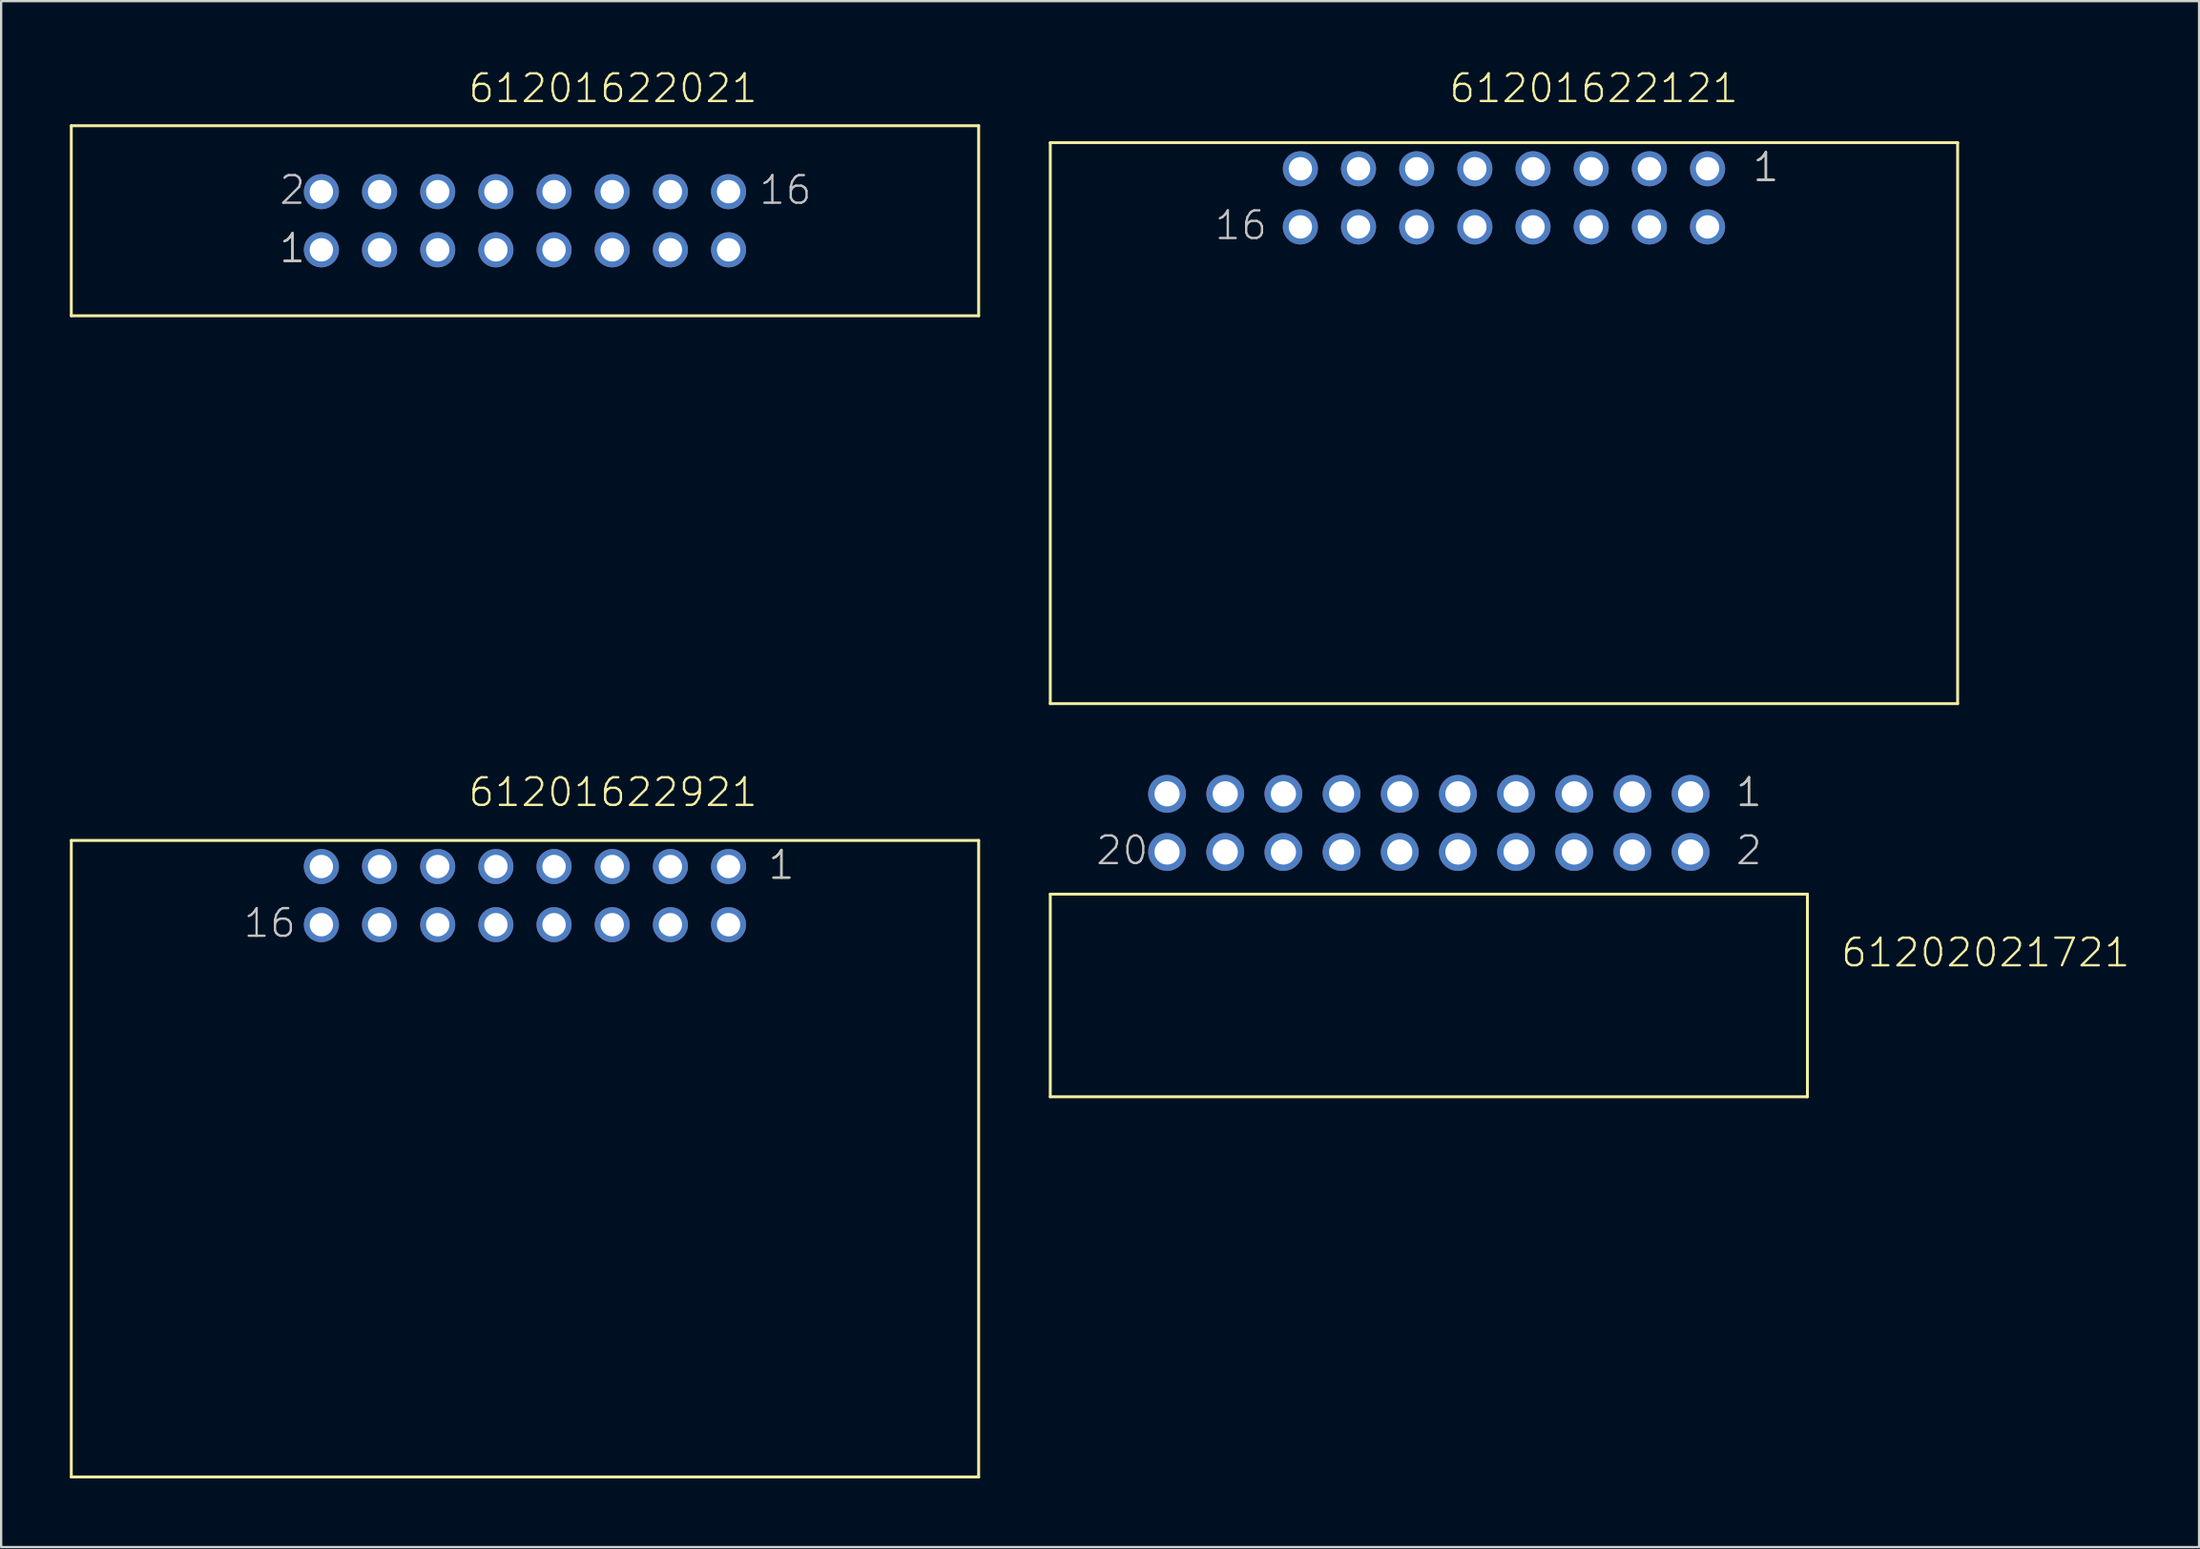
<source format=kicad_pcb>
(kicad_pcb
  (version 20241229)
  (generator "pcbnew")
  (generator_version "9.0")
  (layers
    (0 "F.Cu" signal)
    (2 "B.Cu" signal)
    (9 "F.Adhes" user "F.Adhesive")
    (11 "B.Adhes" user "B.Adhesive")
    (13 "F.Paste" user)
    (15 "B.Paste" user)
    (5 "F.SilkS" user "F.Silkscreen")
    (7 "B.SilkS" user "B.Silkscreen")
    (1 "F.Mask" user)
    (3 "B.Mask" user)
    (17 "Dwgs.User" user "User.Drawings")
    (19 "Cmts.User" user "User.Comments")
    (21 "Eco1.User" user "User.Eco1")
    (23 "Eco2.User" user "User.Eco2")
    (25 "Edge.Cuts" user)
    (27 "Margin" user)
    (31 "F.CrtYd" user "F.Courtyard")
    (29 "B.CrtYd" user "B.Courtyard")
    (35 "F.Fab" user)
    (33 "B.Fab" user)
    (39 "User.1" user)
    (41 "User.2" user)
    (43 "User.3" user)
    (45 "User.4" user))
  (footprint "61201622021"
    (layer "F.Cu")
    (at 19.873 6.591)
    (property "Reference" "61201622021" (at -2.54 -5.08 0) (layer "F.SilkS") (effects (font (size 1.206 1.206) (thickness 0.102)) (justify left bottom)))
    (attr through_hole)
    (fp_line (start -19.81 -4.15) (end 19.81 -4.15) (stroke (width 0.127) (type solid)) (layer "F.SilkS"))
    (fp_line (start -19.81 4.15) (end -19.81 -4.15) (stroke (width 0.127) (type solid)) (layer "F.SilkS"))
    (fp_line (start 19.81 -4.15) (end 19.81 4.15) (stroke (width 0.127) (type solid)) (layer "F.SilkS"))
    (fp_line (start 19.81 4.15) (end -19.81 4.15) (stroke (width 0.127) (type solid)) (layer "F.SilkS"))
    (fp_text user "1" (at -10.795 1.905 0) (layer "F.SilkS") (effects (font (size 1.206 1.206) (thickness 0.102)) (justify left bottom)))
    (fp_text user "1" (at -10.795 1.905 0) (layer "Dwgs.User") (effects (font (size 1.206 1.206) (thickness 0.102)) (justify left bottom)))
    (fp_text user "16" (at 10.16 -0.635 0) (layer "Dwgs.User") (effects (font (size 1.206 1.206) (thickness 0.102)) (justify left bottom)))
    (fp_text user "2" (at -10.795 -0.635 0) (layer "Dwgs.User") (effects (font (size 1.206 1.206) (thickness 0.102)) (justify left bottom)))
    (pad "1" thru_hole circle (at -8.89 1.27 180) (size 1.53 1.53) (drill 1.02) (layers "*.Cu" "*.Mask"))
    (pad "2" thru_hole circle (at -8.89 -1.27 180) (size 1.53 1.53) (drill 1.02) (layers "*.Cu" "*.Mask"))
    (pad "3" thru_hole circle (at -6.35 1.27 180) (size 1.53 1.53) (drill 1.02) (layers "*.Cu" "*.Mask"))
    (pad "4" thru_hole circle (at -6.35 -1.27 180) (size 1.53 1.53) (drill 1.02) (layers "*.Cu" "*.Mask"))
    (pad "5" thru_hole circle (at -3.81 1.27 180) (size 1.53 1.53) (drill 1.02) (layers "*.Cu" "*.Mask"))
    (pad "6" thru_hole circle (at -3.81 -1.27 180) (size 1.53 1.53) (drill 1.02) (layers "*.Cu" "*.Mask"))
    (pad "7" thru_hole circle (at -1.27 1.27 180) (size 1.53 1.53) (drill 1.02) (layers "*.Cu" "*.Mask"))
    (pad "8" thru_hole circle (at -1.27 -1.27 180) (size 1.53 1.53) (drill 1.02) (layers "*.Cu" "*.Mask"))
    (pad "9" thru_hole circle (at 1.27 1.27 180) (size 1.53 1.53) (drill 1.02) (layers "*.Cu" "*.Mask"))
    (pad "10" thru_hole circle (at 1.27 -1.27 180) (size 1.53 1.53) (drill 1.02) (layers "*.Cu" "*.Mask"))
    (pad "11" thru_hole circle (at 3.81 1.27 180) (size 1.53 1.53) (drill 1.02) (layers "*.Cu" "*.Mask"))
    (pad "12" thru_hole circle (at 3.81 -1.27 180) (size 1.53 1.53) (drill 1.02) (layers "*.Cu" "*.Mask"))
    (pad "13" thru_hole circle (at 6.35 1.27 180) (size 1.53 1.53) (drill 1.02) (layers "*.Cu" "*.Mask"))
    (pad "14" thru_hole circle (at 6.35 -1.27 180) (size 1.53 1.53) (drill 1.02) (layers "*.Cu" "*.Mask"))
    (pad "15" thru_hole circle (at 8.89 1.27 180) (size 1.53 1.53) (drill 1.02) (layers "*.Cu" "*.Mask"))
    (pad "16" thru_hole circle (at 8.89 -1.27 180) (size 1.53 1.53) (drill 1.02) (layers "*.Cu" "*.Mask")))
  (footprint "61202021721"
    (layer "F.Cu")
    (at 59.34 32.891)
    (property "Reference" "61202021721" (at 17.928 6.368 0) (layer "F.SilkS") (effects (font (size 1.206 1.206) (thickness 0.102)) (justify left bottom)))
    (attr through_hole)
    (fp_line (start -16.53 3.11) (end 16.53 3.11) (stroke (width 0.127) (type solid)) (layer "F.SilkS"))
    (fp_line (start -16.53 11.96) (end -16.53 3.11) (stroke (width 0.127) (type solid)) (layer "F.SilkS"))
    (fp_line (start 16.53 3.11) (end 16.53 11.96) (stroke (width 0.127) (type solid)) (layer "F.SilkS"))
    (fp_line (start 16.53 11.96) (end -16.53 11.96) (stroke (width 0.127) (type solid)) (layer "F.SilkS"))
    (fp_text user "1" (at 13.335 -0.635 0) (layer "F.SilkS") (effects (font (size 1.206 1.206) (thickness 0.102)) (justify left bottom)))
    (fp_text user "1" (at 13.335 -0.635 0) (layer "Dwgs.User") (effects (font (size 1.206 1.206) (thickness 0.102)) (justify left bottom)))
    (fp_text user "20" (at -14.605 1.905 0) (layer "Dwgs.User") (effects (font (size 1.206 1.206) (thickness 0.102)) (justify left bottom)))
    (fp_text user "2" (at 13.335 1.905 0) (layer "Dwgs.User") (effects (font (size 1.206 1.206) (thickness 0.102)) (justify left bottom)))
    (pad "1" thru_hole circle (at 11.43 -1.27) (size 1.65 1.65) (drill 1.1) (layers "*.Cu" "*.Mask"))
    (pad "2" thru_hole circle (at 11.43 1.27) (size 1.65 1.65) (drill 1.1) (layers "*.Cu" "*.Mask"))
    (pad "3" thru_hole circle (at 8.89 -1.27) (size 1.65 1.65) (drill 1.1) (layers "*.Cu" "*.Mask"))
    (pad "4" thru_hole circle (at 8.89 1.27) (size 1.65 1.65) (drill 1.1) (layers "*.Cu" "*.Mask"))
    (pad "5" thru_hole circle (at 6.35 -1.27) (size 1.65 1.65) (drill 1.1) (layers "*.Cu" "*.Mask"))
    (pad "6" thru_hole circle (at 6.35 1.27) (size 1.65 1.65) (drill 1.1) (layers "*.Cu" "*.Mask"))
    (pad "7" thru_hole circle (at 3.81 -1.27) (size 1.65 1.65) (drill 1.1) (layers "*.Cu" "*.Mask"))
    (pad "8" thru_hole circle (at 3.81 1.27) (size 1.65 1.65) (drill 1.1) (layers "*.Cu" "*.Mask"))
    (pad "9" thru_hole circle (at 1.27 -1.27) (size 1.65 1.65) (drill 1.1) (layers "*.Cu" "*.Mask"))
    (pad "10" thru_hole circle (at 1.27 1.27) (size 1.65 1.65) (drill 1.1) (layers "*.Cu" "*.Mask"))
    (pad "11" thru_hole circle (at -1.27 -1.27) (size 1.65 1.65) (drill 1.1) (layers "*.Cu" "*.Mask"))
    (pad "12" thru_hole circle (at -1.27 1.27) (size 1.65 1.65) (drill 1.1) (layers "*.Cu" "*.Mask"))
    (pad "13" thru_hole circle (at -3.81 -1.27) (size 1.65 1.65) (drill 1.1) (layers "*.Cu" "*.Mask"))
    (pad "14" thru_hole circle (at -3.81 1.27) (size 1.65 1.65) (drill 1.1) (layers "*.Cu" "*.Mask"))
    (pad "15" thru_hole circle (at -6.35 -1.27) (size 1.65 1.65) (drill 1.1) (layers "*.Cu" "*.Mask"))
    (pad "16" thru_hole circle (at -6.35 1.27) (size 1.65 1.65) (drill 1.1) (layers "*.Cu" "*.Mask"))
    (pad "17" thru_hole circle (at -8.89 -1.27) (size 1.65 1.65) (drill 1.1) (layers "*.Cu" "*.Mask"))
    (pad "18" thru_hole circle (at -8.89 1.27) (size 1.65 1.65) (drill 1.1) (layers "*.Cu" "*.Mask"))
    (pad "19" thru_hole circle (at -11.43 -1.27) (size 1.65 1.65) (drill 1.1) (layers "*.Cu" "*.Mask"))
    (pad "20" thru_hole circle (at -11.43 1.27) (size 1.65 1.65) (drill 1.1) (layers "*.Cu" "*.Mask")))
  (footprint "61201622121"
    (layer "F.Cu")
    (at 62.62 5.591)
    (property "Reference" "61201622121" (at -2.46 -4.08 0) (layer "F.SilkS") (effects (font (size 1.206 1.206) (thickness 0.102)) (justify left bottom)))
    (attr through_hole)
    (fp_line (start -19.81 -2.41) (end -19.81 22.09) (stroke (width 0.127) (type solid)) (layer "F.SilkS"))
    (fp_line (start -19.81 -2.41) (end 19.81 -2.41) (stroke (width 0.127) (type solid)) (layer "F.SilkS"))
    (fp_line (start -19.81 22.09) (end 19.81 22.09) (stroke (width 0.127) (type solid)) (layer "F.SilkS"))
    (fp_line (start 19.81 -2.41) (end 19.81 22.09) (stroke (width 0.127) (type solid)) (layer "F.SilkS"))
    (fp_text user "1" (at 10.795 -0.635 0) (layer "F.SilkS") (effects (font (size 1.206 1.206) (thickness 0.102)) (justify left bottom)))
    (fp_text user "16" (at -12.7 1.905 0) (layer "Dwgs.User") (effects (font (size 1.206 1.206) (thickness 0.102)) (justify left bottom)))
    (fp_text user "1" (at 10.795 -0.635 0) (layer "Dwgs.User") (effects (font (size 1.206 1.206) (thickness 0.102)) (justify left bottom)))
    (pad "1" thru_hole circle (at 8.89 -1.27) (size 1.53 1.53) (drill 1.02) (layers "*.Cu" "*.Mask"))
    (pad "2" thru_hole circle (at 8.89 1.27) (size 1.53 1.53) (drill 1.02) (layers "*.Cu" "*.Mask"))
    (pad "3" thru_hole circle (at 6.35 -1.27) (size 1.53 1.53) (drill 1.02) (layers "*.Cu" "*.Mask"))
    (pad "4" thru_hole circle (at 6.35 1.27) (size 1.53 1.53) (drill 1.02) (layers "*.Cu" "*.Mask"))
    (pad "5" thru_hole circle (at 3.81 -1.27) (size 1.53 1.53) (drill 1.02) (layers "*.Cu" "*.Mask"))
    (pad "6" thru_hole circle (at 3.81 1.27) (size 1.53 1.53) (drill 1.02) (layers "*.Cu" "*.Mask"))
    (pad "7" thru_hole circle (at 1.27 -1.27) (size 1.53 1.53) (drill 1.02) (layers "*.Cu" "*.Mask"))
    (pad "8" thru_hole circle (at 1.27 1.27) (size 1.53 1.53) (drill 1.02) (layers "*.Cu" "*.Mask"))
    (pad "9" thru_hole circle (at -1.27 -1.27) (size 1.53 1.53) (drill 1.02) (layers "*.Cu" "*.Mask"))
    (pad "10" thru_hole circle (at -1.27 1.27) (size 1.53 1.53) (drill 1.02) (layers "*.Cu" "*.Mask"))
    (pad "11" thru_hole circle (at -3.81 -1.27) (size 1.53 1.53) (drill 1.02) (layers "*.Cu" "*.Mask"))
    (pad "12" thru_hole circle (at -3.81 1.27) (size 1.53 1.53) (drill 1.02) (layers "*.Cu" "*.Mask"))
    (pad "13" thru_hole circle (at -6.35 -1.27) (size 1.53 1.53) (drill 1.02) (layers "*.Cu" "*.Mask"))
    (pad "14" thru_hole circle (at -6.35 1.27) (size 1.53 1.53) (drill 1.02) (layers "*.Cu" "*.Mask"))
    (pad "15" thru_hole circle (at -8.89 -1.27) (size 1.53 1.53) (drill 1.02) (layers "*.Cu" "*.Mask"))
    (pad "16" thru_hole circle (at -8.89 1.27) (size 1.53 1.53) (drill 1.02) (layers "*.Cu" "*.Mask")))
  (footprint "61201622921"
    (layer "F.Cu")
    (at 19.873 36.066)
    (property "Reference" "61201622921" (at -2.54 -3.81 0) (layer "F.SilkS") (effects (font (size 1.206 1.206) (thickness 0.102)) (justify left bottom)))
    (attr through_hole)
    (fp_line (start -19.81 -2.41) (end -19.81 25.39) (stroke (width 0.127) (type solid)) (layer "F.SilkS"))
    (fp_line (start -19.81 -2.41) (end 19.81 -2.41) (stroke (width 0.127) (type solid)) (layer "F.SilkS"))
    (fp_line (start -19.81 25.39) (end 19.81 25.39) (stroke (width 0.127) (type solid)) (layer "F.SilkS"))
    (fp_line (start 19.81 -2.41) (end 19.81 25.39) (stroke (width 0.127) (type solid)) (layer "F.SilkS"))
    (fp_text user "1" (at 10.555 -0.635 0) (layer "F.SilkS") (effects (font (size 1.206 1.206) (thickness 0.102)) (justify left bottom)))
    (fp_text user "16" (at -12.36 1.905 0) (layer "Dwgs.User") (effects (font (size 1.206 1.206) (thickness 0.102)) (justify left bottom)))
    (fp_text user "1" (at 10.555 -0.635 0) (layer "Dwgs.User") (effects (font (size 1.206 1.206) (thickness 0.102)) (justify left bottom)))
    (pad "1" thru_hole circle (at 8.89 -1.27) (size 1.53 1.53) (drill 1.02) (layers "*.Cu" "*.Mask"))
    (pad "2" thru_hole circle (at 8.89 1.27) (size 1.53 1.53) (drill 1.02) (layers "*.Cu" "*.Mask"))
    (pad "3" thru_hole circle (at 6.35 -1.27) (size 1.53 1.53) (drill 1.02) (layers "*.Cu" "*.Mask"))
    (pad "4" thru_hole circle (at 6.35 1.27) (size 1.53 1.53) (drill 1.02) (layers "*.Cu" "*.Mask"))
    (pad "5" thru_hole circle (at 3.81 -1.27) (size 1.53 1.53) (drill 1.02) (layers "*.Cu" "*.Mask"))
    (pad "6" thru_hole circle (at 3.81 1.27) (size 1.53 1.53) (drill 1.02) (layers "*.Cu" "*.Mask"))
    (pad "7" thru_hole circle (at 1.27 -1.27) (size 1.53 1.53) (drill 1.02) (layers "*.Cu" "*.Mask"))
    (pad "8" thru_hole circle (at 1.27 1.27) (size 1.53 1.53) (drill 1.02) (layers "*.Cu" "*.Mask"))
    (pad "9" thru_hole circle (at -1.27 -1.27) (size 1.53 1.53) (drill 1.02) (layers "*.Cu" "*.Mask"))
    (pad "10" thru_hole circle (at -1.27 1.27) (size 1.53 1.53) (drill 1.02) (layers "*.Cu" "*.Mask"))
    (pad "11" thru_hole circle (at -3.81 -1.27) (size 1.53 1.53) (drill 1.02) (layers "*.Cu" "*.Mask"))
    (pad "12" thru_hole circle (at -3.81 1.27) (size 1.53 1.53) (drill 1.02) (layers "*.Cu" "*.Mask"))
    (pad "13" thru_hole circle (at -6.35 -1.27) (size 1.53 1.53) (drill 1.02) (layers "*.Cu" "*.Mask"))
    (pad "14" thru_hole circle (at -6.35 1.27) (size 1.53 1.53) (drill 1.02) (layers "*.Cu" "*.Mask"))
    (pad "15" thru_hole circle (at -8.89 -1.27) (size 1.53 1.53) (drill 1.02) (layers "*.Cu" "*.Mask"))
    (pad "16" thru_hole circle (at -8.89 1.27) (size 1.53 1.53) (drill 1.02) (layers "*.Cu" "*.Mask")))
  (gr_rect
    (start -3 -3)
    (end 92.972 64.52)
    (stroke (width 0.1) (type default))
    (fill no)
    (layer "Edge.Cuts")))
</source>
